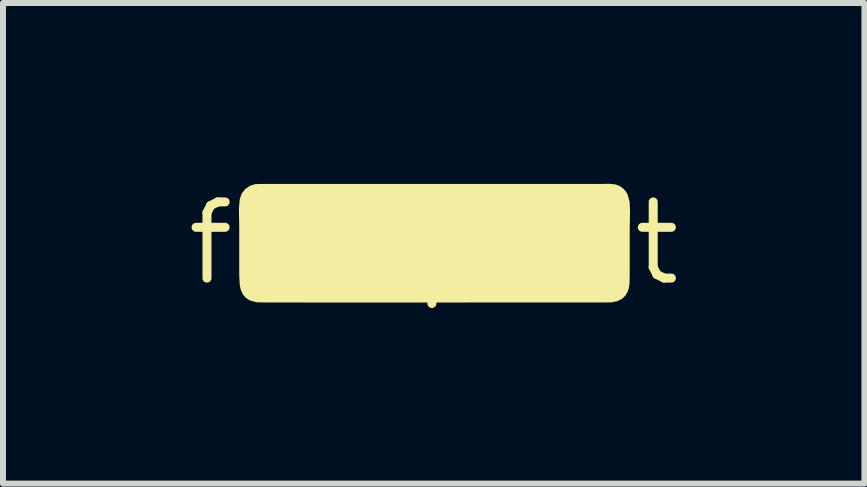
<source format=kicad_pcb>
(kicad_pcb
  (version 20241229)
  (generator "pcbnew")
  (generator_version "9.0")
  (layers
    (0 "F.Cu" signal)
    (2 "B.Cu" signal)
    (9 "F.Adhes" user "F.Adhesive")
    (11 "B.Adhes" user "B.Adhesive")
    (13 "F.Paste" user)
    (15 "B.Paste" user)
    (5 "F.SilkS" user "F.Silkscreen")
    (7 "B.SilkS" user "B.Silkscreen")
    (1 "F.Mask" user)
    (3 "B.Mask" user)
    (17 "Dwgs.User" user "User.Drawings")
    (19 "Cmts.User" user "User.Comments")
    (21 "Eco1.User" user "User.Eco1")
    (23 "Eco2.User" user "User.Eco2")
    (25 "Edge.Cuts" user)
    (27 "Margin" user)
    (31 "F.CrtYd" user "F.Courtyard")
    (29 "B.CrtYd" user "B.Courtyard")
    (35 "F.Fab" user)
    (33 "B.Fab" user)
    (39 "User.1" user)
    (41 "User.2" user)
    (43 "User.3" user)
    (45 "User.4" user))
  (footprint "footprint"
    (layer "F.Cu")
    (at 4.18 1.006)
    (property "Reference" "footprint" (at 0 0 0) (layer "F.SilkS") (effects (font (size 1.27 1.27) (thickness 0.15))))
    (fp_poly (pts (xy -0.392 -0.41) (xy -0.13 -0.409) (xy -0.13 -0.409) (xy 0.008 -0.402) (xy 0.074 -0.384) (xy 0.136 -0.35) (xy 0.191 -0.291) (xy 0.223 -0.217) (xy 0.233 -0.137) (xy 0.219 -0.057) (xy 0.182 0.014) (xy 0.123 0.069) (xy 0.043 0.103) (xy -0.043 0.117) (xy -0.217 0.119) (xy -0.217 0.325) (xy -0.218 0.406) (xy -0.278 0.406) (xy -0.392 0.406)) (stroke (width 0) (type solid)) (fill yes) (layer "F.SilkS"))
    (fp_poly (pts (xy 2.059 0.079) (xy 2.059 0.079) (xy 2.059 0.124) (xy 2.172 0.124) (xy 2.172 0.212) (xy 2.059 0.212) (xy 2.059 0.406) (xy 1.951 0.406) (xy 1.951 0.212) (xy 1.591 0.213) (xy 1.59 0.167) (xy 1.591 0.134) (xy 1.607 0.11) (xy 1.607 0.11) (xy 1.661 0.024) (xy 1.749 -0.113) (xy 1.838 -0.249) (xy 1.889 -0.325) (xy 1.95 -0.409) (xy 1.998 -0.41) (xy 2.059 -0.41)) (stroke (width 0) (type solid)) (fill yes) (layer "F.SilkS"))
    (fp_poly (pts (xy 1.277 -0.419) (xy 1.364 -0.393) (xy 1.421 -0.348) (xy 1.458 -0.287) (xy 1.478 -0.219) (xy 1.488 -0.146) (xy 1.491 -0.002) (xy 1.486 0.145) (xy 1.468 0.236) (xy 1.432 0.316) (xy 1.373 0.378) (xy 1.284 0.41) (xy 1.184 0.41) (xy 1.093 0.378) (xy 1.034 0.318) (xy 0.999 0.238) (xy 0.982 0.146) (xy 0.976 -0.035) (xy 0.977 -0.051) (xy 0.977 -0.051) (xy 0.982 -0.169) (xy 0.993 -0.235) (xy 1.014 -0.298) (xy 1.05 -0.352) (xy 1.104 -0.394) (xy 1.19 -0.42)) (stroke (width 0) (type solid)) (fill yes) (layer "F.SilkS"))
    (fp_poly (pts (xy 2.559 -0.419) (xy 2.639 -0.392) (xy 2.698 -0.343) (xy 2.739 -0.276) (xy 2.763 -0.197) (xy 2.776 -0.051) (xy 2.776 -0.051) (xy 2.777 -0.036) (xy 2.767 0.125) (xy 2.751 0.22) (xy 2.718 0.307) (xy 2.658 0.375) (xy 2.617 0.397) (xy 2.566 0.41) (xy 2.465 0.41) (xy 2.374 0.379) (xy 2.315 0.319) (xy 2.28 0.238) (xy 2.263 0.146) (xy 2.258 -0.035) (xy 2.263 -0.171) (xy 2.275 -0.239) (xy 2.297 -0.302) (xy 2.335 -0.357) (xy 2.392 -0.397) (xy 2.472 -0.42)) (stroke (width 0) (type solid)) (fill yes) (layer "F.SilkS"))
    (fp_poly (pts (xy -0.982 -0.41) (xy -0.845 -0.41) (xy -0.72 -0.403) (xy -0.661 -0.387) (xy -0.605 -0.358) (xy -0.549 -0.296) (xy -0.519 -0.217) (xy -0.515 -0.132) (xy -0.537 -0.051) (xy -0.584 0.017) (xy -0.658 0.058) (xy -0.6 0.168) (xy -0.543 0.278) (xy -0.484 0.406) (xy -0.612 0.406) (xy -0.664 0.406) (xy -0.707 0.325) (xy -0.785 0.185) (xy -0.831 0.105) (xy -0.945 0.105) (xy -0.946 0.318) (xy -0.947 0.406) (xy -1.006 0.406) (xy -1.119 0.406) (xy -1.12 -0.181) (xy -1.12 -0.181) (xy -1.119 -0.41)) (stroke (width 0) (type solid)) (fill yes) (layer "F.SilkS"))
    (fp_poly (pts (xy 0.709 -0.401) (xy 0.776 -0.357) (xy 0.821 -0.289) (xy 0.835 -0.223) (xy 0.83 -0.157) (xy 0.81 -0.094) (xy 0.778 -0.035) (xy 0.685 0.087) (xy 0.581 0.2) (xy 0.477 0.311) (xy 0.871 0.311) (xy 0.871 0.406) (xy 0.39 0.406) (xy 0.365 0.406) (xy 0.335 0.406) (xy 0.336 0.37) (xy 0.336 0.322) (xy 0.358 0.3) (xy 0.427 0.225) (xy 0.548 0.093) (xy 0.664 -0.042) (xy 0.711 -0.117) (xy 0.725 -0.159) (xy 0.727 -0.202) (xy 0.717 -0.244) (xy 0.697 -0.278) (xy 0.635 -0.323) (xy 0.559 -0.33) (xy 0.484 -0.297) (xy 0.444 -0.239) (xy 0.43 -0.168) (xy 0.322 -0.168) (xy 0.342 -0.274) (xy 0.366 -0.321) (xy 0.403 -0.361) (xy 0.471 -0.401) (xy 0.55 -0.422) (xy 0.632 -0.422)) (stroke (width 0) (type solid)) (fill yes) (layer "F.SilkS"))
    (fp_poly (pts (xy -2.834 0.986) (xy -2.95 0.983) (xy -3.062 0.954) (xy -3.133 0.909) (xy -3.182 0.851) (xy -3.215 0.779) (xy -3.233 0.699) (xy -3.242 0.539) (xy -3.242 -0.282) (xy -3.245 -0.434) (xy -3.247 -0.585) (xy -3.233 -0.736) (xy -3.202 -0.828) (xy -3.144 -0.903) (xy -3.066 -0.958) (xy -2.975 -0.987) (xy -2.821 -0.99) (xy 2.813 -0.99) (xy 2.923 -0.993) (xy 3.033 -0.981) (xy 3.096 -0.956) (xy 3.15 -0.921) (xy 3.196 -0.873) (xy 3.231 -0.817) (xy 3.266 -0.69) (xy 3.272 -0.552) (xy 3.27 -0.414) (xy 3.267 -0.276) (xy 3.267 0.545) (xy 3.263 0.681) (xy 3.252 0.749) (xy 3.23 0.813) (xy 3.197 0.869) (xy 3.147 0.919) (xy 3.066 0.963) (xy 2.967 0.984) (xy 2.866 0.986) (xy -1.267 0.987) (xy -1.658 0.987)) (stroke (width 0) (type solid)) (fill yes) (layer "F.SilkS"))
    (fp_poly (pts (xy -2.303 0.031) (xy -2.28 0.089) (xy -2.238 0.137) (xy -2.183 0.167) (xy -2.152 0.173) (xy -2.12 0.17) (xy -2.067 0.144) (xy -2.034 0.1) (xy -2.023 0.045) (xy -2.027 0.025) (xy -1.983 0.025) (xy -1.98 0.091) (xy -1.964 0.163) (xy -1.95 0.195) (xy -1.938 0.208) (xy -1.922 0.21) (xy -1.9 0.193) (xy -1.886 0.167) (xy -1.873 0.127) (xy -1.872 0.102) (xy -1.825 0.102) (xy -1.827 0.139) (xy -1.847 0.199) (xy -1.875 0.238) (xy -1.883 0.269) (xy -1.892 0.301) (xy -1.892 0.301) (xy -1.903 0.339) (xy -1.93 0.406) (xy -1.954 0.438) (xy -1.981 0.462) (xy -2.045 0.504) (xy -2.159 0.57) (xy -2.221 0.616) (xy -2.287 0.643) (xy -2.341 0.647) (xy -2.341 0.647) (xy -2.358 0.648) (xy -2.419 0.633) (xy -2.473 0.603) (xy -2.508 0.574) (xy -2.552 0.555) (xy -2.631 0.504) (xy -2.685 0.471) (xy -2.731 0.428) (xy -2.756 0.387) (xy -2.761 0.371) (xy -2.761 0.371) (xy -2.773 0.34) (xy -2.798 0.247) (xy -2.828 0.199) (xy -2.849 0.141) (xy -2.851 0.091) (xy -2.804 0.091) (xy -2.805 0.114) (xy -2.797 0.154) (xy -2.78 0.192) (xy -2.767 0.209) (xy -2.75 0.215) (xy -2.737 0.211) (xy -2.726 0.2) (xy -2.714 0.172) (xy -2.697 0.098) (xy -2.694 0.044) (xy -2.646 0.044) (xy -2.647 0.06) (xy -2.636 0.11) (xy -2.607 0.15) (xy -2.56 0.174) (xy -2.503 0.176) (xy -2.449 0.158) (xy -2.406 0.119) (xy -2.376 0.068) (xy -2.364 0.013) (xy -2.366 -0.002) (xy -2.304 -0.002)) (stroke (width 0) (type solid)) (fill yes) (layer "F.SilkS"))
    (fp_poly (pts (xy -2.494 -0.636) (xy -2.459 -0.63) (xy -2.433 -0.61) (xy -2.41 -0.602) (xy -2.389 -0.589) (xy -2.359 -0.549) (xy -2.34 -0.503) (xy -2.317 -0.548) (xy -2.288 -0.591) (xy -2.269 -0.603) (xy -2.248 -0.61) (xy -2.213 -0.633) (xy -2.182 -0.636) (xy -2.131 -0.647) (xy -2.08 -0.649) (xy -2.029 -0.643) (xy -1.979 -0.628) (xy -1.944 -0.624) (xy -1.908 -0.608) (xy -1.89 -0.603) (xy -1.875 -0.59) (xy -1.873 -0.572) (xy -1.874 -0.554) (xy -1.868 -0.524) (xy -1.872 -0.507) (xy -1.872 -0.507) (xy -1.877 -0.485) (xy -1.893 -0.449) (xy -1.901 -0.418) (xy -1.915 -0.401) (xy -1.924 -0.374) (xy -1.951 -0.348) (xy -1.991 -0.312) (xy -2.009 -0.294) (xy -2.031 -0.286) (xy -1.99 -0.246) (xy -1.949 -0.203) (xy -1.94 -0.176) (xy -1.989 -0.176) (xy -2.009 -0.206) (xy -2.045 -0.233) (xy -2.087 -0.25) (xy -2.133 -0.255) (xy -2.181 -0.251) (xy -2.171 -0.226) (xy -2.16 -0.212) (xy -2.202 -0.212) (xy -2.21 -0.229) (xy -2.24 -0.258) (xy -2.278 -0.277) (xy -2.321 -0.286) (xy -2.362 -0.285) (xy -2.403 -0.273) (xy -2.443 -0.249) (xy -2.455 -0.231) (xy -2.508 -0.231) (xy -2.491 -0.255) (xy -2.543 -0.259) (xy -2.587 -0.253) (xy -2.628 -0.236) (xy -2.662 -0.209) (xy -2.686 -0.171) (xy -2.69 -0.157) (xy -2.743 -0.157) (xy -2.732 -0.194) (xy -2.709 -0.227) (xy -2.68 -0.255) (xy -2.645 -0.286) (xy -2.667 -0.294) (xy -2.685 -0.312) (xy -2.711 -0.326) (xy -2.726 -0.351) (xy -2.757 -0.383) (xy -2.787 -0.452) (xy -2.787 -0.452) (xy -2.798 -0.476) (xy -2.798 -0.499) (xy -2.808 -0.524) (xy -2.802 -0.555) (xy -2.803 -0.573) (xy -2.801 -0.59) (xy -2.785 -0.604) (xy -2.763 -0.609) (xy -2.733 -0.624) (xy -2.702 -0.627) (xy -2.636 -0.648) (xy -2.564 -0.649)) (stroke (width 0) (type solid)) (fill yes) (layer "F.SilkS"))
    (fp_poly (pts (xy -2.467 -0.214) (xy -2.467 -0.194) (xy -2.454 -0.172) (xy -2.437 -0.156) (xy -2.404 -0.14) (xy -2.367 -0.132) (xy -2.292 -0.133) (xy -2.255 -0.141) (xy -2.22 -0.16) (xy -2.2 -0.19) (xy -2.2 -0.208) (xy -2.203 -0.213) (xy -2.161 -0.213) (xy -2.153 -0.204) (xy -2.111 -0.166) (xy -2.054 -0.118) (xy -1.996 -0.083) (xy -1.984 -0.077) (xy -1.971 -0.08) (xy -1.968 -0.092) (xy -1.971 -0.106) (xy -1.983 -0.167) (xy -1.989 -0.177) (xy -1.94 -0.177) (xy -1.922 -0.119) (xy -1.921 -0.096) (xy -1.917 -0.075) (xy -1.894 -0.05) (xy -1.869 -0.027) (xy -1.839 0.021) (xy -1.824 0.075) (xy -1.825 0.103) (xy -1.872 0.103) (xy -1.871 0.084) (xy -1.88 0.042) (xy -1.901 0.005) (xy -1.927 -0.023) (xy -1.944 -0.033) (xy -1.961 -0.034) (xy -1.973 -0.026) (xy -1.979 -0.012) (xy -1.983 0.018) (xy -1.983 0.026) (xy -2.027 0.026) (xy -2.034 -0.013) (xy -2.063 -0.062) (xy -2.104 -0.1) (xy -2.155 -0.121) (xy -2.213 -0.122) (xy -2.258 -0.102) (xy -2.29 -0.065) (xy -2.305 -0.019) (xy -2.304 -0.002) (xy -2.366 -0.002) (xy -2.372 -0.04) (xy -2.401 -0.084) (xy -2.445 -0.112) (xy -2.499 -0.118) (xy -2.547 -0.103) (xy -2.59 -0.076) (xy -2.622 -0.038) (xy -2.642 0.009) (xy -2.646 0.045) (xy -2.695 0.045) (xy -2.693 0.022) (xy -2.697 -0.012) (xy -2.705 -0.027) (xy -2.719 -0.033) (xy -2.747 -0.021) (xy -2.769 0.000433) (xy -2.791 0.035) (xy -2.803 0.074) (xy -2.804 0.091) (xy -2.851 0.092) (xy -2.852 0.079) (xy -2.836 0.02) (xy -2.803 -0.031) (xy -2.78 -0.052) (xy -2.759 -0.075) (xy -2.755 -0.094) (xy -2.755 -0.115) (xy -2.742 -0.158) (xy -2.69 -0.158) (xy -2.699 -0.126) (xy -2.701 -0.08) (xy -2.627 -0.116) (xy -2.53 -0.198) (xy -2.507 -0.232) (xy -2.455 -0.232)) (stroke (width 0) (type solid)) (fill yes) (layer "F.SilkS")))
  (gr_rect
    (start -3 -3)
    (end 11.36 5.012)
    (stroke (width 0.1) (type default))
    (fill no)
    (layer "Edge.Cuts")))
</source>
